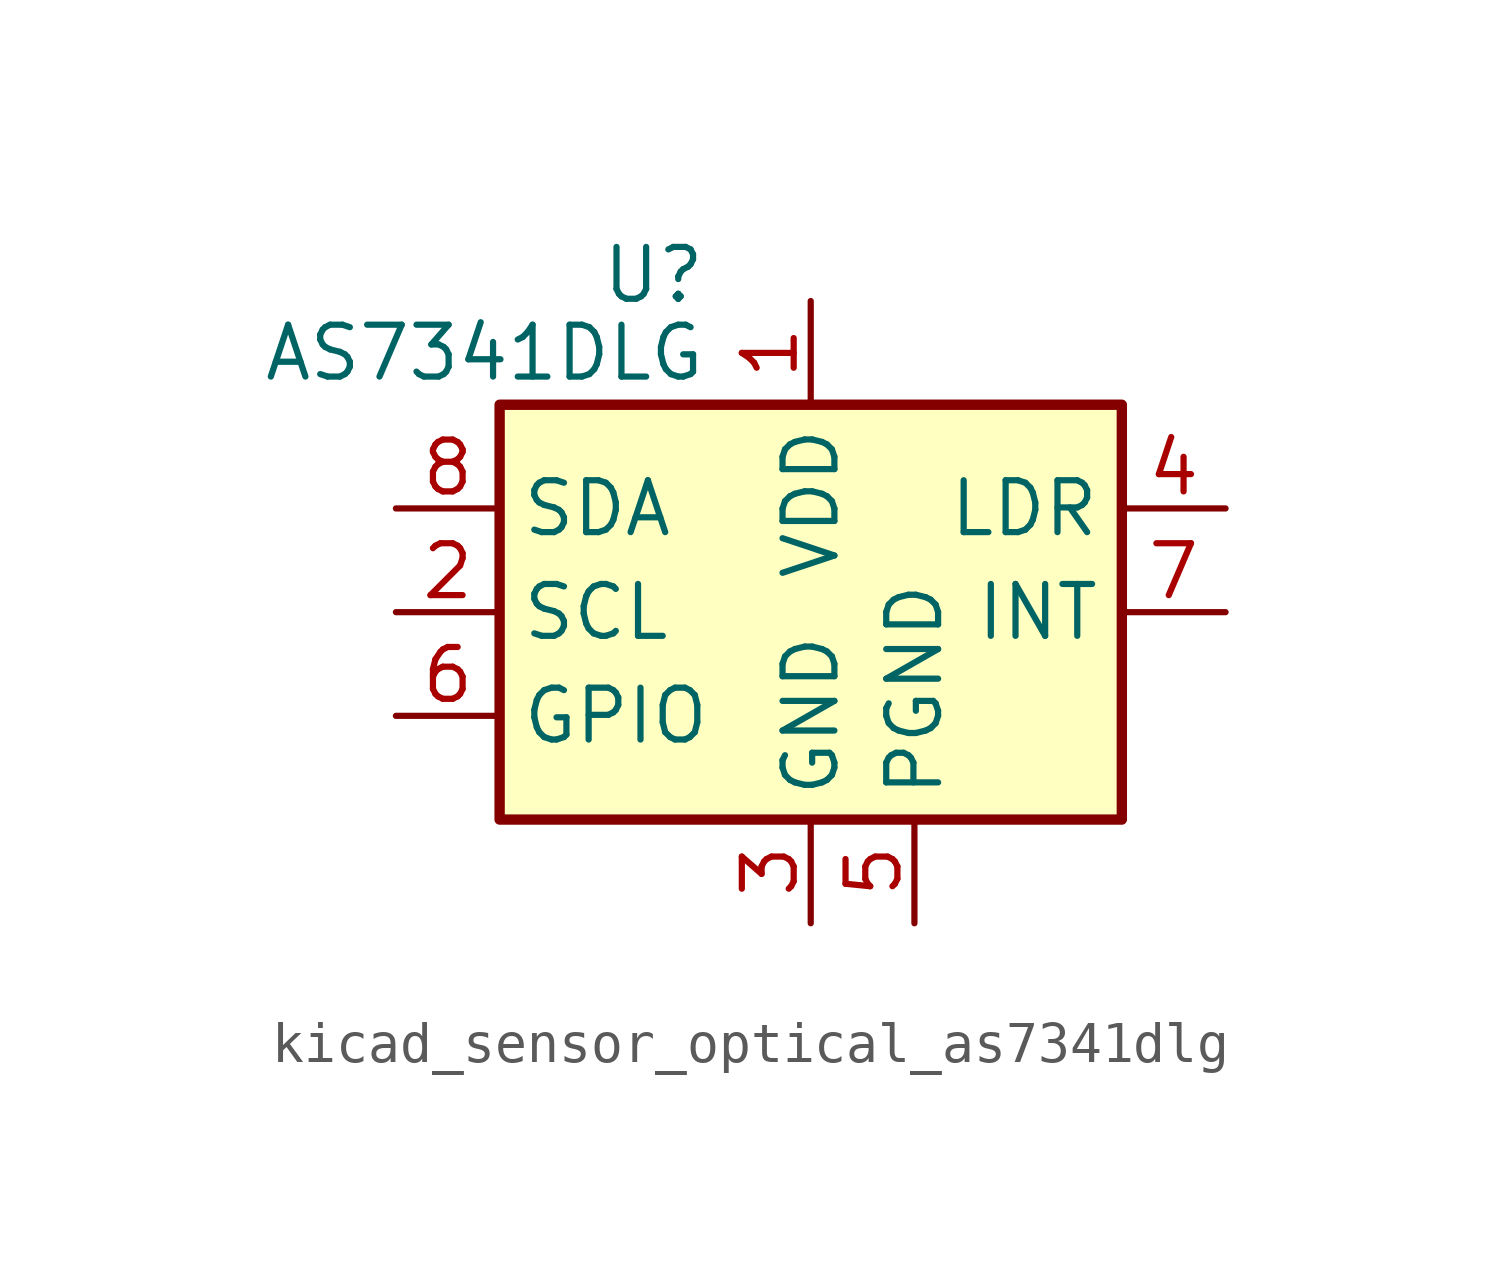
<source format=kicad_sym>
(kicad_symbol_lib
  (version 20220914)
  (generator kicad_symbol_editor)
  (symbol "kicad_sensor_optical_as7341dlg"
    (property "Reference" "U"
      (at -2.54 8.255 0)
      (effects (font (size 1.27 1.27)) (justify right)))
    (property "Value" "AS7341DLG"
      (at -2.54 6.35 0)
      (effects (font (size 1.27 1.27)) (justify right)))
    (symbol "kicad_sensor_optical_as7341dlg_0_1"
      (rectangle (start -7.62 5.08) (end 7.62 -5.08) (stroke (width 0.254) (type default)) (fill (type background))))
    (symbol "kicad_sensor_optical_as7341dlg_1_1"
      (pin power_in line (at 0 7.62 270) (length 2.54) (name "VDD" (effects (font (size 1.27 1.27)))) (number "1" (effects (font (size 1.27 1.27)))))
      (pin input line (at -10.16 0 0) (length 2.54) (name "SCL" (effects (font (size 1.27 1.27)))) (number "2" (effects (font (size 1.27 1.27)))))
      (pin power_in line (at 0 -7.62 90) (length 2.54) (name "GND" (effects (font (size 1.27 1.27)))) (number "3" (effects (font (size 1.27 1.27)))))
      (pin passive line (at 10.16 2.54 180) (length 2.54) (name "LDR" (effects (font (size 1.27 1.27)))) (number "4" (effects (font (size 1.27 1.27)))))
      (pin power_in line (at 2.54 -7.62 90) (length 2.54) (name "PGND" (effects (font (size 1.27 1.27)))) (number "5" (effects (font (size 1.27 1.27)))))
      (pin input line (at -10.16 -2.54 0) (length 2.54) (name "GPIO" (effects (font (size 1.27 1.27)))) (number "6" (effects (font (size 1.27 1.27)))))
      (pin open_collector line (at 10.16 0 180) (length 2.54) (name "INT" (effects (font (size 1.27 1.27)))) (number "7" (effects (font (size 1.27 1.27)))))
      (pin bidirectional line (at -10.16 2.54 0) (length 2.54) (name "SDA" (effects (font (size 1.27 1.27)))) (number "8" (effects (font (size 1.27 1.27))))))))
</source>
